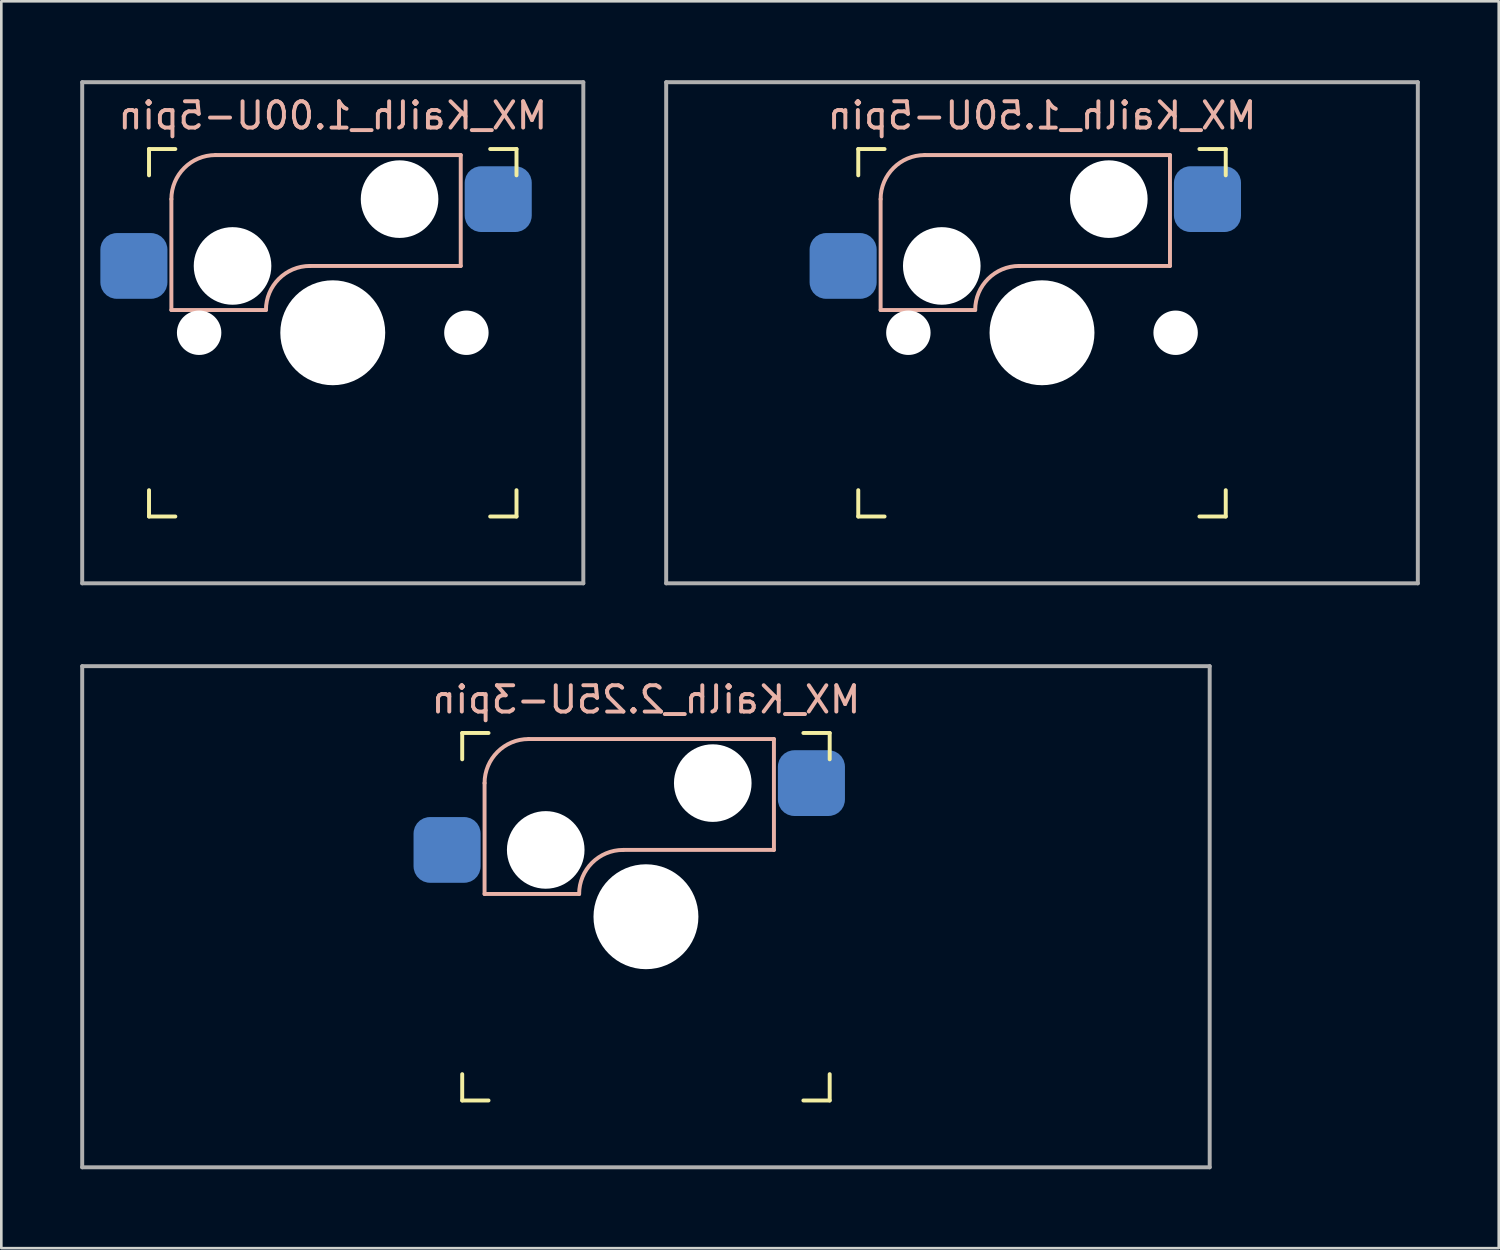
<source format=kicad_pcb>
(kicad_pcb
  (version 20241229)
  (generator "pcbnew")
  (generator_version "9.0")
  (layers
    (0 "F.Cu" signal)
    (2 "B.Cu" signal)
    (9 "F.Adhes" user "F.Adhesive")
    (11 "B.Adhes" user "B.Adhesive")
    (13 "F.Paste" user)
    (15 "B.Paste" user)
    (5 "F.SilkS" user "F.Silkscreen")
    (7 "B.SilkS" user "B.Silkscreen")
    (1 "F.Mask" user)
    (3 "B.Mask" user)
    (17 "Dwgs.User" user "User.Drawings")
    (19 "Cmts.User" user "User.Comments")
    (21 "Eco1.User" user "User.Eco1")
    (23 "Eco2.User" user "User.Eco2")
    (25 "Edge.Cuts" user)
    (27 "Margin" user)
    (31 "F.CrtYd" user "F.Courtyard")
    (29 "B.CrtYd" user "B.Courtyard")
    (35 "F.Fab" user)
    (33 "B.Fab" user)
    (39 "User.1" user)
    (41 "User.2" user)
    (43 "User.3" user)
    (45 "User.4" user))
  (footprint "MX_Kailh_2.25U-3pin"
    (layer "F.Cu")
    (at 21.506 31.8)
    (property "Reference" "MX_Kailh_2.25U-3pin" (at 0 -8.255 0) (layer "B.SilkS") (effects (font (size 1 1) (thickness 0.15)) (justify mirror)))
    (attr smd)
    (fp_line (start -6.985 -5.985) (end -6.985 -6.985) (stroke (width 0.15) (type solid)) (layer "F.SilkS"))
    (fp_line (start -6.985 6.985) (end -6.985 5.985) (stroke (width 0.15) (type solid)) (layer "F.SilkS"))
    (fp_line (start -6.985 6.985) (end -5.985 6.985) (stroke (width 0.15) (type solid)) (layer "F.SilkS"))
    (fp_line (start -5.985 -6.985) (end -6.985 -6.985) (stroke (width 0.15) (type solid)) (layer "F.SilkS"))
    (fp_line (start 5.985 6.985) (end 6.985 6.985) (stroke (width 0.15) (type solid)) (layer "F.SilkS"))
    (fp_line (start 6.985 -6.985) (end 5.985 -6.985) (stroke (width 0.15) (type solid)) (layer "F.SilkS"))
    (fp_line (start 6.985 -6.985) (end 6.985 -5.985) (stroke (width 0.15) (type solid)) (layer "F.SilkS"))
    (fp_line (start 6.985 5.985) (end 6.985 6.985) (stroke (width 0.15) (type solid)) (layer "F.SilkS"))
    (fp_line (start -6.135 -5.08) (end -6.135 -0.865) (stroke (width 0.15) (type solid)) (layer "B.SilkS"))
    (fp_line (start -6.135 -0.865) (end -2.54 -0.865) (stroke (width 0.15) (type solid)) (layer "B.SilkS"))
    (fp_line (start -4.46 -6.755) (end 4.865 -6.755) (stroke (width 0.15) (type solid)) (layer "B.SilkS"))
    (fp_line (start -0.865 -2.54) (end 4.865 -2.54) (stroke (width 0.15) (type solid)) (layer "B.SilkS"))
    (fp_line (start 4.865 -6.755) (end 4.865 -2.54) (stroke (width 0.15) (type solid)) (layer "B.SilkS"))
    (fp_arc (start -6.135 -5.08) (mid -5.644404 -6.264404) (end -4.46 -6.755) (stroke (width 0.15) (type solid)) (layer "B.SilkS"))
    (fp_arc (start -2.54 -0.865) (mid -2.049404 -2.049404) (end -0.865 -2.54) (stroke (width 0.15) (type solid)) (layer "B.SilkS"))
    (fp_line (start -6.985 6.985) (end -6.985 -6.985) (stroke (width 0.15) (type solid)) (layer "Eco2.User"))
    (fp_line (start -6.985 6.985) (end 6.985 6.985) (stroke (width 0.15) (type solid)) (layer "Eco2.User"))
    (fp_line (start 6.985 -6.985) (end -6.985 -6.985) (stroke (width 0.15) (type solid)) (layer "Eco2.User"))
    (fp_line (start 6.985 -6.985) (end 6.985 6.985) (stroke (width 0.15) (type solid)) (layer "Eco2.User"))
    (fp_line (start -21.431 -9.525) (end 21.431 -9.525) (stroke (width 0.15) (type solid)) (layer "F.Fab"))
    (fp_line (start -21.431 9.525) (end -21.431 -9.525) (stroke (width 0.15) (type solid)) (layer "F.Fab"))
    (fp_line (start 21.431 -9.525) (end 21.431 9.525) (stroke (width 0.15) (type solid)) (layer "F.Fab"))
    (fp_line (start 21.431 9.525) (end -21.431 9.525) (stroke (width 0.15) (type solid)) (layer "F.Fab"))
    (pad "" np_thru_hole circle (at -3.81 -2.54) (size 2.95 2.95) (drill 2.95) (layers "*.Cu" "*.Mask"))
    (pad "" np_thru_hole circle (at 0 0) (size 3.988 3.988) (drill 3.988) (layers "*.Cu" "*.Mask"))
    (pad "" np_thru_hole circle (at 2.54 -5.08) (size 2.95 2.95) (drill 2.95) (layers "*.Cu" "*.Mask"))
    (pad "1" smd roundrect (at 6.29 -5.08) (size 2.55 2.5) (layers "B.Cu" "B.Mask" "B.Paste") (roundrect_rratio 0.25))
    (pad "2" smd roundrect (at -7.56 -2.54) (size 2.55 2.5) (layers "B.Cu" "B.Mask" "B.Paste") (roundrect_rratio 0.25)))
  (footprint "MX_Kailh_1.00U-5pin"
    (layer "F.Cu")
    (at 9.6 9.6)
    (property "Reference" "MX_Kailh_1.00U-5pin" (at 0 -8.255 0) (layer "B.SilkS") (effects (font (size 1 1) (thickness 0.15)) (justify mirror)))
    (attr smd)
    (fp_line (start -6.985 -5.985) (end -6.985 -6.985) (stroke (width 0.15) (type solid)) (layer "F.SilkS"))
    (fp_line (start -6.985 6.985) (end -6.985 5.985) (stroke (width 0.15) (type solid)) (layer "F.SilkS"))
    (fp_line (start -6.985 6.985) (end -5.985 6.985) (stroke (width 0.15) (type solid)) (layer "F.SilkS"))
    (fp_line (start -5.985 -6.985) (end -6.985 -6.985) (stroke (width 0.15) (type solid)) (layer "F.SilkS"))
    (fp_line (start 5.985 6.985) (end 6.985 6.985) (stroke (width 0.15) (type solid)) (layer "F.SilkS"))
    (fp_line (start 6.985 -6.985) (end 5.985 -6.985) (stroke (width 0.15) (type solid)) (layer "F.SilkS"))
    (fp_line (start 6.985 -6.985) (end 6.985 -5.985) (stroke (width 0.15) (type solid)) (layer "F.SilkS"))
    (fp_line (start 6.985 5.985) (end 6.985 6.985) (stroke (width 0.15) (type solid)) (layer "F.SilkS"))
    (fp_line (start -6.135 -5.08) (end -6.135 -0.865) (stroke (width 0.15) (type solid)) (layer "B.SilkS"))
    (fp_line (start -6.135 -0.865) (end -2.54 -0.865) (stroke (width 0.15) (type solid)) (layer "B.SilkS"))
    (fp_line (start -4.46 -6.755) (end 4.865 -6.755) (stroke (width 0.15) (type solid)) (layer "B.SilkS"))
    (fp_line (start -0.865 -2.54) (end 4.865 -2.54) (stroke (width 0.15) (type solid)) (layer "B.SilkS"))
    (fp_line (start 4.865 -6.755) (end 4.865 -2.54) (stroke (width 0.15) (type solid)) (layer "B.SilkS"))
    (fp_arc (start -6.135 -5.08) (mid -5.644404 -6.264404) (end -4.46 -6.755) (stroke (width 0.15) (type solid)) (layer "B.SilkS"))
    (fp_arc (start -2.54 -0.865) (mid -2.049404 -2.049404) (end -0.865 -2.54) (stroke (width 0.15) (type solid)) (layer "B.SilkS"))
    (fp_line (start -6.985 6.985) (end -6.985 -6.985) (stroke (width 0.15) (type solid)) (layer "Eco2.User"))
    (fp_line (start -6.985 6.985) (end 6.985 6.985) (stroke (width 0.15) (type solid)) (layer "Eco2.User"))
    (fp_line (start 6.985 -6.985) (end -6.985 -6.985) (stroke (width 0.15) (type solid)) (layer "Eco2.User"))
    (fp_line (start 6.985 -6.985) (end 6.985 6.985) (stroke (width 0.15) (type solid)) (layer "Eco2.User"))
    (fp_line (start -9.525 -9.525) (end 9.525 -9.525) (stroke (width 0.15) (type solid)) (layer "F.Fab"))
    (fp_line (start -9.525 9.525) (end -9.525 -9.525) (stroke (width 0.15) (type solid)) (layer "F.Fab"))
    (fp_line (start 9.525 -9.525) (end 9.525 9.525) (stroke (width 0.15) (type solid)) (layer "F.Fab"))
    (fp_line (start 9.525 9.525) (end -9.525 9.525) (stroke (width 0.15) (type solid)) (layer "F.Fab"))
    (pad "" np_thru_hole circle (at -5.08 0) (size 1.688 1.688) (drill 1.688) (layers "*.Cu" "*.Mask"))
    (pad "" np_thru_hole circle (at -3.81 -2.54) (size 2.95 2.95) (drill 2.95) (layers "*.Cu" "*.Mask"))
    (pad "" np_thru_hole circle (at 0 0) (size 3.988 3.988) (drill 3.988) (layers "*.Cu" "*.Mask"))
    (pad "" np_thru_hole circle (at 2.54 -5.08) (size 2.95 2.95) (drill 2.95) (layers "*.Cu" "*.Mask"))
    (pad "" np_thru_hole circle (at 5.08 0) (size 1.688 1.688) (drill 1.688) (layers "*.Cu" "*.Mask"))
    (pad "1" smd roundrect (at 6.29 -5.08) (size 2.55 2.5) (layers "B.Cu" "B.Mask" "B.Paste") (roundrect_rratio 0.25))
    (pad "2" smd roundrect (at -7.56 -2.54) (size 2.55 2.5) (layers "B.Cu" "B.Mask" "B.Paste") (roundrect_rratio 0.25)))
  (footprint "MX_Kailh_1.50U-5pin"
    (layer "F.Cu")
    (at 36.562 9.6)
    (property "Reference" "MX_Kailh_1.50U-5pin" (at 0 -8.255 0) (layer "B.SilkS") (effects (font (size 1 1) (thickness 0.15)) (justify mirror)))
    (attr smd)
    (fp_line (start -6.985 -5.985) (end -6.985 -6.985) (stroke (width 0.15) (type solid)) (layer "F.SilkS"))
    (fp_line (start -6.985 6.985) (end -6.985 5.985) (stroke (width 0.15) (type solid)) (layer "F.SilkS"))
    (fp_line (start -6.985 6.985) (end -5.985 6.985) (stroke (width 0.15) (type solid)) (layer "F.SilkS"))
    (fp_line (start -5.985 -6.985) (end -6.985 -6.985) (stroke (width 0.15) (type solid)) (layer "F.SilkS"))
    (fp_line (start 5.985 6.985) (end 6.985 6.985) (stroke (width 0.15) (type solid)) (layer "F.SilkS"))
    (fp_line (start 6.985 -6.985) (end 5.985 -6.985) (stroke (width 0.15) (type solid)) (layer "F.SilkS"))
    (fp_line (start 6.985 -6.985) (end 6.985 -5.985) (stroke (width 0.15) (type solid)) (layer "F.SilkS"))
    (fp_line (start 6.985 5.985) (end 6.985 6.985) (stroke (width 0.15) (type solid)) (layer "F.SilkS"))
    (fp_line (start -6.135 -5.08) (end -6.135 -0.865) (stroke (width 0.15) (type solid)) (layer "B.SilkS"))
    (fp_line (start -6.135 -0.865) (end -2.54 -0.865) (stroke (width 0.15) (type solid)) (layer "B.SilkS"))
    (fp_line (start -4.46 -6.755) (end 4.865 -6.755) (stroke (width 0.15) (type solid)) (layer "B.SilkS"))
    (fp_line (start -0.865 -2.54) (end 4.865 -2.54) (stroke (width 0.15) (type solid)) (layer "B.SilkS"))
    (fp_line (start 4.865 -6.755) (end 4.865 -2.54) (stroke (width 0.15) (type solid)) (layer "B.SilkS"))
    (fp_arc (start -6.135 -5.08) (mid -5.644404 -6.264404) (end -4.46 -6.755) (stroke (width 0.15) (type solid)) (layer "B.SilkS"))
    (fp_arc (start -2.54 -0.865) (mid -2.049404 -2.049404) (end -0.865 -2.54) (stroke (width 0.15) (type solid)) (layer "B.SilkS"))
    (fp_line (start -6.985 6.985) (end -6.985 -6.985) (stroke (width 0.15) (type solid)) (layer "Eco2.User"))
    (fp_line (start -6.985 6.985) (end 6.985 6.985) (stroke (width 0.15) (type solid)) (layer "Eco2.User"))
    (fp_line (start 6.985 -6.985) (end -6.985 -6.985) (stroke (width 0.15) (type solid)) (layer "Eco2.User"))
    (fp_line (start 6.985 -6.985) (end 6.985 6.985) (stroke (width 0.15) (type solid)) (layer "Eco2.User"))
    (fp_line (start -14.287 -9.525) (end 14.287 -9.525) (stroke (width 0.15) (type solid)) (layer "F.Fab"))
    (fp_line (start -14.287 9.525) (end -14.287 -9.525) (stroke (width 0.15) (type solid)) (layer "F.Fab"))
    (fp_line (start 14.287 -9.525) (end 14.287 9.525) (stroke (width 0.15) (type solid)) (layer "F.Fab"))
    (fp_line (start 14.287 9.525) (end -14.287 9.525) (stroke (width 0.15) (type solid)) (layer "F.Fab"))
    (pad "" np_thru_hole circle (at -5.08 0) (size 1.688 1.688) (drill 1.688) (layers "*.Cu" "*.Mask"))
    (pad "" np_thru_hole circle (at -3.81 -2.54) (size 2.95 2.95) (drill 2.95) (layers "*.Cu" "*.Mask"))
    (pad "" np_thru_hole circle (at 0 0) (size 3.988 3.988) (drill 3.988) (layers "*.Cu" "*.Mask"))
    (pad "" np_thru_hole circle (at 2.54 -5.08) (size 2.95 2.95) (drill 2.95) (layers "*.Cu" "*.Mask"))
    (pad "" np_thru_hole circle (at 5.08 0) (size 1.688 1.688) (drill 1.688) (layers "*.Cu" "*.Mask"))
    (pad "1" smd roundrect (at 6.29 -5.08) (size 2.55 2.5) (layers "B.Cu" "B.Mask" "B.Paste") (roundrect_rratio 0.25))
    (pad "2" smd roundrect (at -7.56 -2.54) (size 2.55 2.5) (layers "B.Cu" "B.Mask" "B.Paste") (roundrect_rratio 0.25)))
  (gr_rect
    (start -3 -3)
    (end 53.925 44.4)
    (stroke (width 0.1) (type default))
    (fill no)
    (layer "Edge.Cuts")))
</source>
